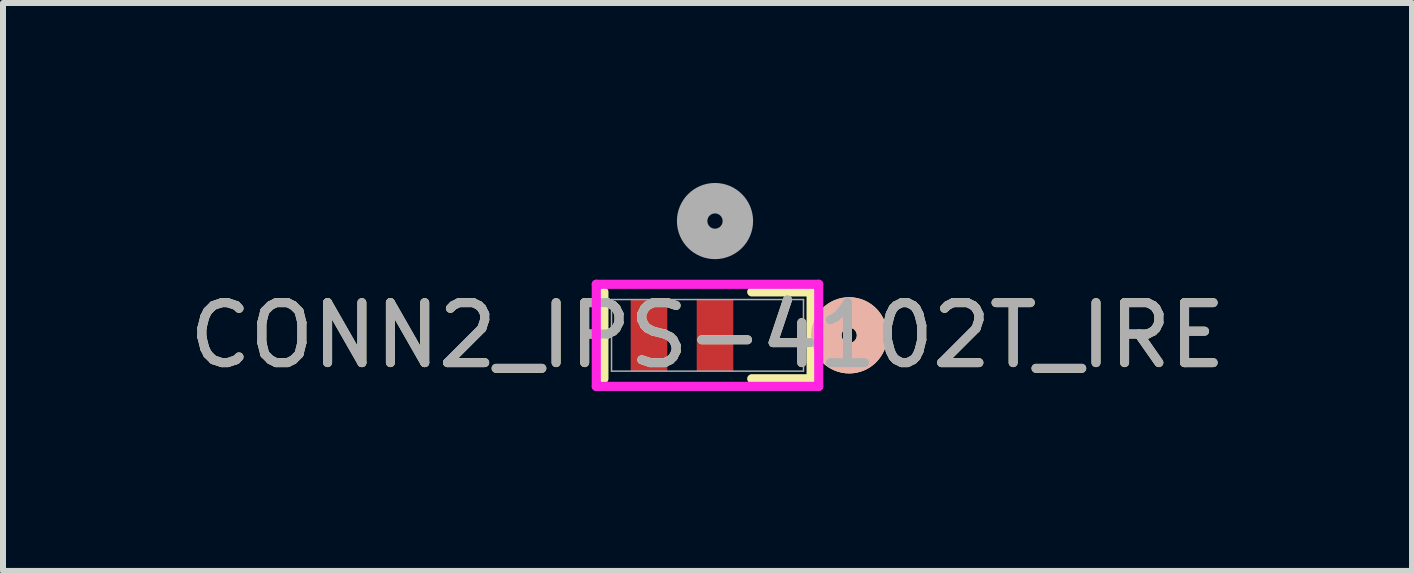
<source format=kicad_pcb>
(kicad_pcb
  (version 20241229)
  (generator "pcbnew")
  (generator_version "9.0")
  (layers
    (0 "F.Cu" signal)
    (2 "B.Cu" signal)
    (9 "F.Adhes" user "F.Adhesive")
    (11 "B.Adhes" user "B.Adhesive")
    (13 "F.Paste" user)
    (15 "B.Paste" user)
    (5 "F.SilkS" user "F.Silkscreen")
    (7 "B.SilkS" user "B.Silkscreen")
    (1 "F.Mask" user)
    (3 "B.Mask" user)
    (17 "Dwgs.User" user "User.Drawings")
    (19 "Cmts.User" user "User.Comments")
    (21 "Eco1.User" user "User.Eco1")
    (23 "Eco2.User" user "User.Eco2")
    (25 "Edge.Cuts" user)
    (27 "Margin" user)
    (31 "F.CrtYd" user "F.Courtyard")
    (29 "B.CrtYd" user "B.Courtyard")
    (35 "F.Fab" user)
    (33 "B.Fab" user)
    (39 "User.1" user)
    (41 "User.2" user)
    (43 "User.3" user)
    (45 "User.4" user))
  (footprint "CONN2_IPS-4102T_IRE"
    (layer "F.Cu")
    (at 8.869 2.54)
    (property "Reference" "CONN2_IPS-4102T_IRE" (at -0.125 0 0) (unlocked yes) (layer "F.SilkS") (effects (font (size 1 1) (thickness 0.15))))
    (attr smd)
    (fp_line (start -1.852 -0.724) (end -1.852 0.724) (stroke (width 0.152) (type solid)) (layer "F.SilkS"))
    (fp_line (start 0.612 0.724) (end 1.602 0.724) (stroke (width 0.152) (type solid)) (layer "F.SilkS"))
    (fp_line (start 1.602 -0.724) (end 0.612 -0.724) (stroke (width 0.152) (type solid)) (layer "F.SilkS"))
    (fp_line (start 1.602 0.724) (end 1.602 -0.724) (stroke (width 0.152) (type solid)) (layer "F.SilkS"))
    (fp_circle (center 2.237 0) (end 2.618 0) (stroke (width 0.508) (type solid)) (fill no) (layer "F.SilkS"))
    (fp_circle (center 2.237 0) (end 2.618 0) (stroke (width 0.508) (type solid)) (fill no) (layer "B.SilkS"))
    (fp_line (start -1.979 -0.851) (end -1.979 0.851) (stroke (width 0.152) (type solid)) (layer "F.CrtYd"))
    (fp_line (start -1.979 0.851) (end 1.729 0.851) (stroke (width 0.152) (type solid)) (layer "F.CrtYd"))
    (fp_line (start 1.729 -0.851) (end -1.979 -0.851) (stroke (width 0.152) (type solid)) (layer "F.CrtYd"))
    (fp_line (start 1.729 0.851) (end 1.729 -0.851) (stroke (width 0.152) (type solid)) (layer "F.CrtYd"))
    (fp_line (start -1.725 -0.597) (end -1.725 0.597) (stroke (width 0.025) (type solid)) (layer "F.Fab"))
    (fp_line (start -1.725 0.597) (end 1.475 0.597) (stroke (width 0.025) (type solid)) (layer "F.Fab"))
    (fp_line (start 1.475 -0.597) (end -1.725 -0.597) (stroke (width 0.025) (type solid)) (layer "F.Fab"))
    (fp_line (start 1.475 0.597) (end 1.475 -0.597) (stroke (width 0.025) (type solid)) (layer "F.Fab"))
    (fp_circle (center 0 -1.905) (end 0.381 -1.905) (stroke (width 0.508) (type solid)) (fill no) (layer "F.Fab"))
    (fp_text user "${REFERENCE}" (at -0.125 0 0) (unlocked yes) (layer "F.Fab") (effects (font (size 1 1) (thickness 0.15))))
    (pad "1" smd rect (at 0.000001 0) (size 0.61 1.194) (layers "F.Cu" "F.Mask" "F.Paste"))
    (pad "2" smd rect (at -1.1 0) (size 0.61 1.194) (layers "F.Cu" "F.Mask" "F.Paste")))
  (gr_rect
    (start -3 -3)
    (end 20.488 6.467)
    (stroke (width 0.1) (type default))
    (fill no)
    (layer "Edge.Cuts")))
</source>
